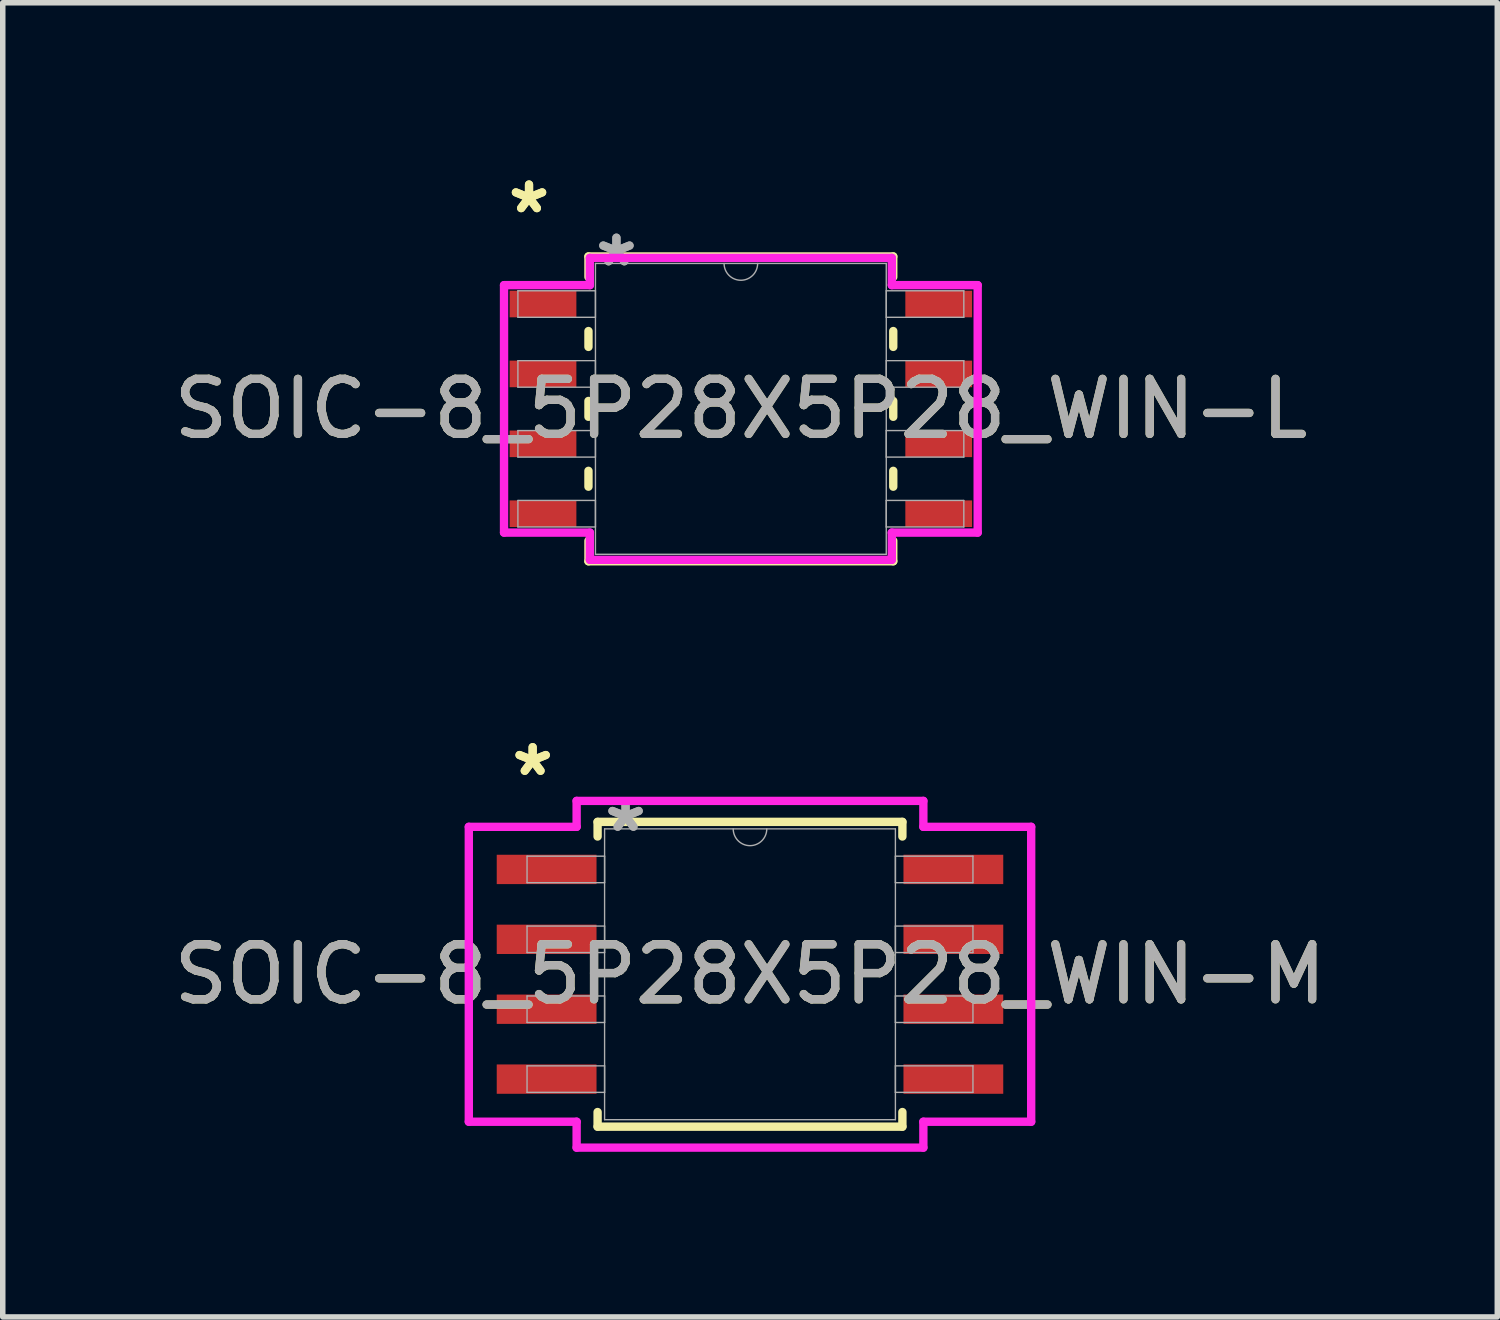
<source format=kicad_pcb>
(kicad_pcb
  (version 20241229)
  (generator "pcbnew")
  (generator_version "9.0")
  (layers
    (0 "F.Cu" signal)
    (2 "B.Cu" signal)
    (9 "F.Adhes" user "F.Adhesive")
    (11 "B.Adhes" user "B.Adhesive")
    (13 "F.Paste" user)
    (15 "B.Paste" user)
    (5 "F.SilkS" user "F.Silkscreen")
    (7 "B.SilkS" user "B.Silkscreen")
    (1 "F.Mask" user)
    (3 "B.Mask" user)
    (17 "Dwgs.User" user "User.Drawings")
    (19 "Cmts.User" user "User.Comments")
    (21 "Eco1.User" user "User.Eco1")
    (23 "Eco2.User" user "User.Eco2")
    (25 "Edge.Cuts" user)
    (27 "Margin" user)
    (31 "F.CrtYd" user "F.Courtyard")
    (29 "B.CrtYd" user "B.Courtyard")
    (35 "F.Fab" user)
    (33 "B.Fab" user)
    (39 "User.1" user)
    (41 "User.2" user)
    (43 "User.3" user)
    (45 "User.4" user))
  (footprint "SOIC-8_5P28X5P28_WIN-L"
    (layer "F.Cu")
    (at 10.411 4.379)
    (property "Reference" "SOIC-8_5P28X5P28_WIN-L" (at 0 0 0) (unlocked yes) (layer "F.SilkS") (effects (font (size 1 1) (thickness 0.15))))
    (attr smd)
    (fp_line (start -2.769 -2.769) (end -2.769 -2.396) (stroke (width 0.152) (type solid)) (layer "F.SilkS"))
    (fp_line (start -2.769 -1.414) (end -2.769 -1.126) (stroke (width 0.152) (type solid)) (layer "F.SilkS"))
    (fp_line (start -2.769 -0.144) (end -2.769 0.144) (stroke (width 0.152) (type solid)) (layer "F.SilkS"))
    (fp_line (start -2.769 1.126) (end -2.769 1.414) (stroke (width 0.152) (type solid)) (layer "F.SilkS"))
    (fp_line (start -2.769 2.396) (end -2.769 2.769) (stroke (width 0.152) (type solid)) (layer "F.SilkS"))
    (fp_line (start -2.769 2.769) (end 2.769 2.769) (stroke (width 0.152) (type solid)) (layer "F.SilkS"))
    (fp_line (start 2.769 -2.769) (end -2.769 -2.769) (stroke (width 0.152) (type solid)) (layer "F.SilkS"))
    (fp_line (start 2.769 -2.396) (end 2.769 -2.769) (stroke (width 0.152) (type solid)) (layer "F.SilkS"))
    (fp_line (start 2.769 -1.126) (end 2.769 -1.414) (stroke (width 0.152) (type solid)) (layer "F.SilkS"))
    (fp_line (start 2.769 0.144) (end 2.769 -0.144) (stroke (width 0.152) (type solid)) (layer "F.SilkS"))
    (fp_line (start 2.769 1.414) (end 2.769 1.126) (stroke (width 0.152) (type solid)) (layer "F.SilkS"))
    (fp_line (start 2.769 2.769) (end 2.769 2.396) (stroke (width 0.152) (type solid)) (layer "F.SilkS"))
    (fp_line (start -4.303 -2.248) (end -2.743 -2.248) (stroke (width 0.152) (type solid)) (layer "F.CrtYd"))
    (fp_line (start -4.303 2.248) (end -4.303 -2.248) (stroke (width 0.152) (type solid)) (layer "F.CrtYd"))
    (fp_line (start -4.303 2.248) (end -2.743 2.248) (stroke (width 0.152) (type solid)) (layer "F.CrtYd"))
    (fp_line (start -2.743 -2.743) (end 2.743 -2.743) (stroke (width 0.152) (type solid)) (layer "F.CrtYd"))
    (fp_line (start -2.743 -2.248) (end -2.743 -2.743) (stroke (width 0.152) (type solid)) (layer "F.CrtYd"))
    (fp_line (start -2.743 2.743) (end -2.743 2.248) (stroke (width 0.152) (type solid)) (layer "F.CrtYd"))
    (fp_line (start 2.743 -2.743) (end 2.743 -2.248) (stroke (width 0.152) (type solid)) (layer "F.CrtYd"))
    (fp_line (start 2.743 2.248) (end 2.743 2.743) (stroke (width 0.152) (type solid)) (layer "F.CrtYd"))
    (fp_line (start 2.743 2.743) (end -2.743 2.743) (stroke (width 0.152) (type solid)) (layer "F.CrtYd"))
    (fp_line (start 4.303 -2.248) (end 2.743 -2.248) (stroke (width 0.152) (type solid)) (layer "F.CrtYd"))
    (fp_line (start 4.303 -2.248) (end 4.303 2.248) (stroke (width 0.152) (type solid)) (layer "F.CrtYd"))
    (fp_line (start 4.303 2.248) (end 2.743 2.248) (stroke (width 0.152) (type solid)) (layer "F.CrtYd"))
    (fp_line (start -4.051 -2.146) (end -4.051 -1.664) (stroke (width 0.025) (type solid)) (layer "F.Fab"))
    (fp_line (start -4.051 -1.664) (end -2.642 -1.664) (stroke (width 0.025) (type solid)) (layer "F.Fab"))
    (fp_line (start -4.051 -0.876) (end -4.051 -0.394) (stroke (width 0.025) (type solid)) (layer "F.Fab"))
    (fp_line (start -4.051 -0.394) (end -2.642 -0.394) (stroke (width 0.025) (type solid)) (layer "F.Fab"))
    (fp_line (start -4.051 0.394) (end -4.051 0.876) (stroke (width 0.025) (type solid)) (layer "F.Fab"))
    (fp_line (start -4.051 0.876) (end -2.642 0.876) (stroke (width 0.025) (type solid)) (layer "F.Fab"))
    (fp_line (start -4.051 1.664) (end -4.051 2.146) (stroke (width 0.025) (type solid)) (layer "F.Fab"))
    (fp_line (start -4.051 2.146) (end -2.642 2.146) (stroke (width 0.025) (type solid)) (layer "F.Fab"))
    (fp_line (start -2.642 -2.642) (end -2.642 2.642) (stroke (width 0.025) (type solid)) (layer "F.Fab"))
    (fp_line (start -2.642 -2.146) (end -4.051 -2.146) (stroke (width 0.025) (type solid)) (layer "F.Fab"))
    (fp_line (start -2.642 -1.664) (end -2.642 -2.146) (stroke (width 0.025) (type solid)) (layer "F.Fab"))
    (fp_line (start -2.642 -0.876) (end -4.051 -0.876) (stroke (width 0.025) (type solid)) (layer "F.Fab"))
    (fp_line (start -2.642 -0.394) (end -2.642 -0.876) (stroke (width 0.025) (type solid)) (layer "F.Fab"))
    (fp_line (start -2.642 0.394) (end -4.051 0.394) (stroke (width 0.025) (type solid)) (layer "F.Fab"))
    (fp_line (start -2.642 0.876) (end -2.642 0.394) (stroke (width 0.025) (type solid)) (layer "F.Fab"))
    (fp_line (start -2.642 1.664) (end -4.051 1.664) (stroke (width 0.025) (type solid)) (layer "F.Fab"))
    (fp_line (start -2.642 2.146) (end -2.642 1.664) (stroke (width 0.025) (type solid)) (layer "F.Fab"))
    (fp_line (start -2.642 2.642) (end 2.642 2.642) (stroke (width 0.025) (type solid)) (layer "F.Fab"))
    (fp_line (start 2.642 -2.642) (end -2.642 -2.642) (stroke (width 0.025) (type solid)) (layer "F.Fab"))
    (fp_line (start 2.642 -2.146) (end 2.642 -1.664) (stroke (width 0.025) (type solid)) (layer "F.Fab"))
    (fp_line (start 2.642 -1.664) (end 4.051 -1.664) (stroke (width 0.025) (type solid)) (layer "F.Fab"))
    (fp_line (start 2.642 -0.876) (end 2.642 -0.394) (stroke (width 0.025) (type solid)) (layer "F.Fab"))
    (fp_line (start 2.642 -0.394) (end 4.051 -0.394) (stroke (width 0.025) (type solid)) (layer "F.Fab"))
    (fp_line (start 2.642 0.394) (end 2.642 0.876) (stroke (width 0.025) (type solid)) (layer "F.Fab"))
    (fp_line (start 2.642 0.876) (end 4.051 0.876) (stroke (width 0.025) (type solid)) (layer "F.Fab"))
    (fp_line (start 2.642 1.664) (end 2.642 2.146) (stroke (width 0.025) (type solid)) (layer "F.Fab"))
    (fp_line (start 2.642 2.146) (end 4.051 2.146) (stroke (width 0.025) (type solid)) (layer "F.Fab"))
    (fp_line (start 2.642 2.642) (end 2.642 -2.642) (stroke (width 0.025) (type solid)) (layer "F.Fab"))
    (fp_line (start 4.051 -2.146) (end 2.642 -2.146) (stroke (width 0.025) (type solid)) (layer "F.Fab"))
    (fp_line (start 4.051 -1.664) (end 4.051 -2.146) (stroke (width 0.025) (type solid)) (layer "F.Fab"))
    (fp_line (start 4.051 -0.876) (end 2.642 -0.876) (stroke (width 0.025) (type solid)) (layer "F.Fab"))
    (fp_line (start 4.051 -0.394) (end 4.051 -0.876) (stroke (width 0.025) (type solid)) (layer "F.Fab"))
    (fp_line (start 4.051 0.394) (end 2.642 0.394) (stroke (width 0.025) (type solid)) (layer "F.Fab"))
    (fp_line (start 4.051 0.876) (end 4.051 0.394) (stroke (width 0.025) (type solid)) (layer "F.Fab"))
    (fp_line (start 4.051 1.664) (end 2.642 1.664) (stroke (width 0.025) (type solid)) (layer "F.Fab"))
    (fp_line (start 4.051 2.146) (end 4.051 1.664) (stroke (width 0.025) (type solid)) (layer "F.Fab"))
    (fp_arc (start 0.3048 -2.6416) (mid 0 -2.3368) (end -0.3048 -2.6416) (stroke (width 0.0254) (type solid)) (layer "F.Fab"))
    (fp_text user "*" (at -3.849 -3.531 0) (unlocked yes) (layer "F.SilkS") (effects (font (size 1 1) (thickness 0.15))))
    (fp_text user "*" (at -3.849 -3.531 0) (layer "F.SilkS") (effects (font (size 1 1) (thickness 0.15))))
    (fp_text user "*" (at -2.261 -2.565 0) (layer "F.Fab") (effects (font (size 1 1) (thickness 0.15))))
    (fp_text user "*" (at -2.261 -2.565 0) (unlocked yes) (layer "F.Fab") (effects (font (size 1 1) (thickness 0.15))))
    (fp_text user "${REFERENCE}" (at 0 0 0) (unlocked yes) (layer "F.Fab") (effects (font (size 1 1) (thickness 0.15))))
    (pad "1" smd rect (at -3.595 -1.905) (size 1.213 0.483) (layers "F.Cu" "F.Mask" "F.Paste"))
    (pad "2" smd rect (at -3.595 -0.635) (size 1.213 0.483) (layers "F.Cu" "F.Mask" "F.Paste"))
    (pad "3" smd rect (at -3.595 0.635) (size 1.213 0.483) (layers "F.Cu" "F.Mask" "F.Paste"))
    (pad "4" smd rect (at -3.595 1.905) (size 1.213 0.483) (layers "F.Cu" "F.Mask" "F.Paste"))
    (pad "5" smd rect (at 3.595 1.905) (size 1.213 0.483) (layers "F.Cu" "F.Mask" "F.Paste"))
    (pad "6" smd rect (at 3.595 0.635) (size 1.213 0.483) (layers "F.Cu" "F.Mask" "F.Paste"))
    (pad "7" smd rect (at 3.595 -0.635) (size 1.213 0.483) (layers "F.Cu" "F.Mask" "F.Paste"))
    (pad "8" smd rect (at 3.595 -1.905) (size 1.213 0.483) (layers "F.Cu" "F.Mask" "F.Paste")))
  (footprint "SOIC-8_5P28X5P28_WIN-M"
    (layer "F.Cu")
    (at 10.577 14.652)
    (property "Reference" "SOIC-8_5P28X5P28_WIN-M" (at 0 0 0) (unlocked yes) (layer "F.SilkS") (effects (font (size 1 1) (thickness 0.15))))
    (attr smd)
    (fp_line (start -2.769 -2.769) (end -2.769 -2.503) (stroke (width 0.152) (type solid)) (layer "F.SilkS"))
    (fp_line (start -2.769 2.503) (end -2.769 2.769) (stroke (width 0.152) (type solid)) (layer "F.SilkS"))
    (fp_line (start -2.769 2.769) (end 2.769 2.769) (stroke (width 0.152) (type solid)) (layer "F.SilkS"))
    (fp_line (start 2.769 -2.769) (end -2.769 -2.769) (stroke (width 0.152) (type solid)) (layer "F.SilkS"))
    (fp_line (start 2.769 -2.503) (end 2.769 -2.769) (stroke (width 0.152) (type solid)) (layer "F.SilkS"))
    (fp_line (start 2.769 2.769) (end 2.769 2.503) (stroke (width 0.152) (type solid)) (layer "F.SilkS"))
    (fp_line (start -5.109 -2.679) (end -3.15 -2.679) (stroke (width 0.152) (type solid)) (layer "F.CrtYd"))
    (fp_line (start -5.109 2.679) (end -5.109 -2.679) (stroke (width 0.152) (type solid)) (layer "F.CrtYd"))
    (fp_line (start -5.109 2.679) (end -3.15 2.679) (stroke (width 0.152) (type solid)) (layer "F.CrtYd"))
    (fp_line (start -3.15 -3.15) (end 3.15 -3.15) (stroke (width 0.152) (type solid)) (layer "F.CrtYd"))
    (fp_line (start -3.15 -2.679) (end -3.15 -3.15) (stroke (width 0.152) (type solid)) (layer "F.CrtYd"))
    (fp_line (start -3.15 3.15) (end -3.15 2.679) (stroke (width 0.152) (type solid)) (layer "F.CrtYd"))
    (fp_line (start 3.15 -3.15) (end 3.15 -2.679) (stroke (width 0.152) (type solid)) (layer "F.CrtYd"))
    (fp_line (start 3.15 2.679) (end 3.15 3.15) (stroke (width 0.152) (type solid)) (layer "F.CrtYd"))
    (fp_line (start 3.15 3.15) (end -3.15 3.15) (stroke (width 0.152) (type solid)) (layer "F.CrtYd"))
    (fp_line (start 5.109 -2.679) (end 3.15 -2.679) (stroke (width 0.152) (type solid)) (layer "F.CrtYd"))
    (fp_line (start 5.109 -2.679) (end 5.109 2.679) (stroke (width 0.152) (type solid)) (layer "F.CrtYd"))
    (fp_line (start 5.109 2.679) (end 3.15 2.679) (stroke (width 0.152) (type solid)) (layer "F.CrtYd"))
    (fp_line (start -4.051 -2.146) (end -4.051 -1.664) (stroke (width 0.025) (type solid)) (layer "F.Fab"))
    (fp_line (start -4.051 -1.664) (end -2.642 -1.664) (stroke (width 0.025) (type solid)) (layer "F.Fab"))
    (fp_line (start -4.051 -0.876) (end -4.051 -0.394) (stroke (width 0.025) (type solid)) (layer "F.Fab"))
    (fp_line (start -4.051 -0.394) (end -2.642 -0.394) (stroke (width 0.025) (type solid)) (layer "F.Fab"))
    (fp_line (start -4.051 0.394) (end -4.051 0.876) (stroke (width 0.025) (type solid)) (layer "F.Fab"))
    (fp_line (start -4.051 0.876) (end -2.642 0.876) (stroke (width 0.025) (type solid)) (layer "F.Fab"))
    (fp_line (start -4.051 1.664) (end -4.051 2.146) (stroke (width 0.025) (type solid)) (layer "F.Fab"))
    (fp_line (start -4.051 2.146) (end -2.642 2.146) (stroke (width 0.025) (type solid)) (layer "F.Fab"))
    (fp_line (start -2.642 -2.642) (end -2.642 2.642) (stroke (width 0.025) (type solid)) (layer "F.Fab"))
    (fp_line (start -2.642 -2.146) (end -4.051 -2.146) (stroke (width 0.025) (type solid)) (layer "F.Fab"))
    (fp_line (start -2.642 -1.664) (end -2.642 -2.146) (stroke (width 0.025) (type solid)) (layer "F.Fab"))
    (fp_line (start -2.642 -0.876) (end -4.051 -0.876) (stroke (width 0.025) (type solid)) (layer "F.Fab"))
    (fp_line (start -2.642 -0.394) (end -2.642 -0.876) (stroke (width 0.025) (type solid)) (layer "F.Fab"))
    (fp_line (start -2.642 0.394) (end -4.051 0.394) (stroke (width 0.025) (type solid)) (layer "F.Fab"))
    (fp_line (start -2.642 0.876) (end -2.642 0.394) (stroke (width 0.025) (type solid)) (layer "F.Fab"))
    (fp_line (start -2.642 1.664) (end -4.051 1.664) (stroke (width 0.025) (type solid)) (layer "F.Fab"))
    (fp_line (start -2.642 2.146) (end -2.642 1.664) (stroke (width 0.025) (type solid)) (layer "F.Fab"))
    (fp_line (start -2.642 2.642) (end 2.642 2.642) (stroke (width 0.025) (type solid)) (layer "F.Fab"))
    (fp_line (start 2.642 -2.642) (end -2.642 -2.642) (stroke (width 0.025) (type solid)) (layer "F.Fab"))
    (fp_line (start 2.642 -2.146) (end 2.642 -1.664) (stroke (width 0.025) (type solid)) (layer "F.Fab"))
    (fp_line (start 2.642 -1.664) (end 4.051 -1.664) (stroke (width 0.025) (type solid)) (layer "F.Fab"))
    (fp_line (start 2.642 -0.876) (end 2.642 -0.394) (stroke (width 0.025) (type solid)) (layer "F.Fab"))
    (fp_line (start 2.642 -0.394) (end 4.051 -0.394) (stroke (width 0.025) (type solid)) (layer "F.Fab"))
    (fp_line (start 2.642 0.394) (end 2.642 0.876) (stroke (width 0.025) (type solid)) (layer "F.Fab"))
    (fp_line (start 2.642 0.876) (end 4.051 0.876) (stroke (width 0.025) (type solid)) (layer "F.Fab"))
    (fp_line (start 2.642 1.664) (end 2.642 2.146) (stroke (width 0.025) (type solid)) (layer "F.Fab"))
    (fp_line (start 2.642 2.146) (end 4.051 2.146) (stroke (width 0.025) (type solid)) (layer "F.Fab"))
    (fp_line (start 2.642 2.642) (end 2.642 -2.642) (stroke (width 0.025) (type solid)) (layer "F.Fab"))
    (fp_line (start 4.051 -2.146) (end 2.642 -2.146) (stroke (width 0.025) (type solid)) (layer "F.Fab"))
    (fp_line (start 4.051 -1.664) (end 4.051 -2.146) (stroke (width 0.025) (type solid)) (layer "F.Fab"))
    (fp_line (start 4.051 -0.876) (end 2.642 -0.876) (stroke (width 0.025) (type solid)) (layer "F.Fab"))
    (fp_line (start 4.051 -0.394) (end 4.051 -0.876) (stroke (width 0.025) (type solid)) (layer "F.Fab"))
    (fp_line (start 4.051 0.394) (end 2.642 0.394) (stroke (width 0.025) (type solid)) (layer "F.Fab"))
    (fp_line (start 4.051 0.876) (end 4.051 0.394) (stroke (width 0.025) (type solid)) (layer "F.Fab"))
    (fp_line (start 4.051 1.664) (end 2.642 1.664) (stroke (width 0.025) (type solid)) (layer "F.Fab"))
    (fp_line (start 4.051 2.146) (end 4.051 1.664) (stroke (width 0.025) (type solid)) (layer "F.Fab"))
    (fp_arc (start 0.3048 -2.6416) (mid 0 -2.3368) (end -0.3048 -2.6416) (stroke (width 0.0254) (type solid)) (layer "F.Fab"))
    (fp_text user "*" (at -3.949 -3.581 0) (unlocked yes) (layer "F.SilkS") (effects (font (size 1 1) (thickness 0.15))))
    (fp_text user "*" (at -3.949 -3.581 0) (layer "F.SilkS") (effects (font (size 1 1) (thickness 0.15))))
    (fp_text user "${REFERENCE}" (at 0 0 0) (unlocked yes) (layer "F.Fab") (effects (font (size 1 1) (thickness 0.15))))
    (fp_text user "*" (at -2.261 -2.565 0) (unlocked yes) (layer "F.Fab") (effects (font (size 1 1) (thickness 0.15))))
    (fp_text user "*" (at -2.261 -2.565 0) (layer "F.Fab") (effects (font (size 1 1) (thickness 0.15))))
    (pad "1" smd rect (at -3.695 -1.905) (size 1.813 0.533) (layers "F.Cu" "F.Mask" "F.Paste"))
    (pad "2" smd rect (at -3.695 -0.635) (size 1.813 0.533) (layers "F.Cu" "F.Mask" "F.Paste"))
    (pad "3" smd rect (at -3.695 0.635) (size 1.813 0.533) (layers "F.Cu" "F.Mask" "F.Paste"))
    (pad "4" smd rect (at -3.695 1.905) (size 1.813 0.533) (layers "F.Cu" "F.Mask" "F.Paste"))
    (pad "5" smd rect (at 3.695 1.905) (size 1.813 0.533) (layers "F.Cu" "F.Mask" "F.Paste"))
    (pad "6" smd rect (at 3.695 0.635) (size 1.813 0.533) (layers "F.Cu" "F.Mask" "F.Paste"))
    (pad "7" smd rect (at 3.695 -0.635) (size 1.813 0.533) (layers "F.Cu" "F.Mask" "F.Paste"))
    (pad "8" smd rect (at 3.695 -1.905) (size 1.813 0.533) (layers "F.Cu" "F.Mask" "F.Paste")))
  (gr_rect
    (start -3 -3)
    (end 24.155 20.878)
    (stroke (width 0.1) (type default))
    (fill no)
    (layer "Edge.Cuts")))
</source>
